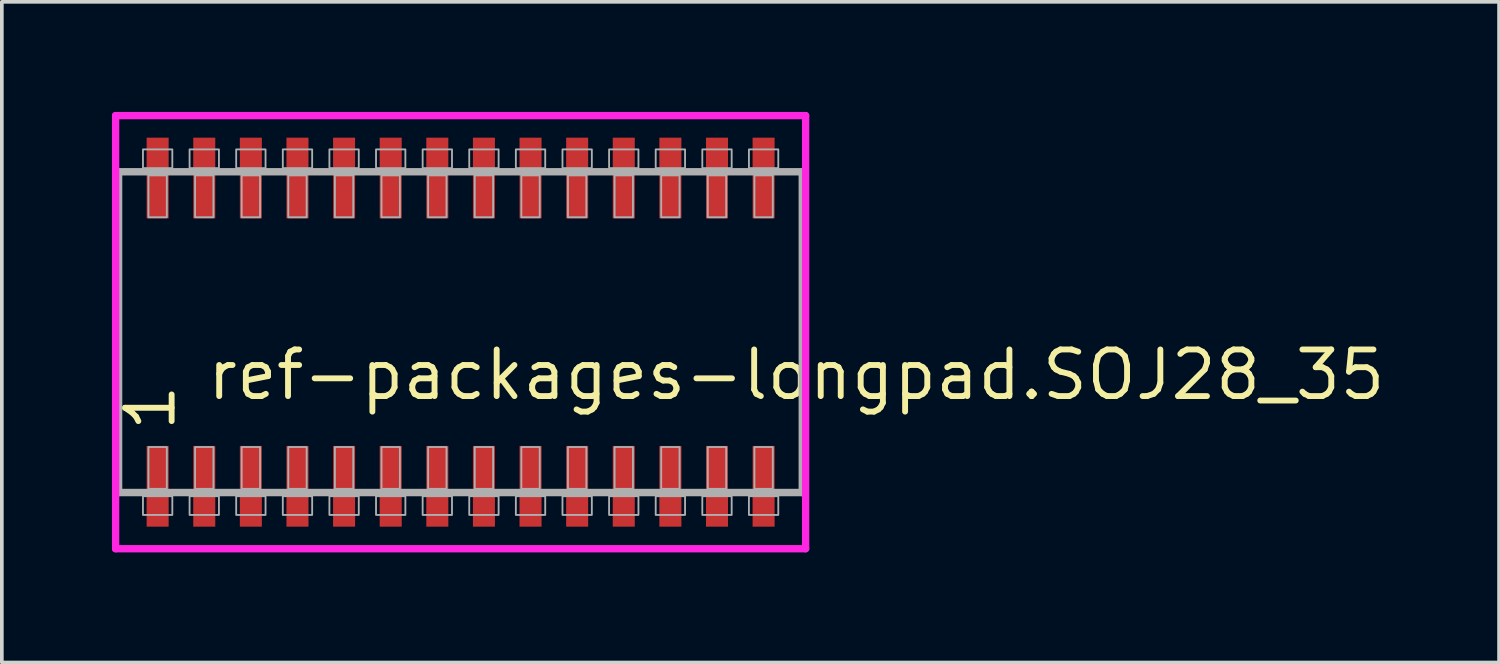
<source format=kicad_pcb>
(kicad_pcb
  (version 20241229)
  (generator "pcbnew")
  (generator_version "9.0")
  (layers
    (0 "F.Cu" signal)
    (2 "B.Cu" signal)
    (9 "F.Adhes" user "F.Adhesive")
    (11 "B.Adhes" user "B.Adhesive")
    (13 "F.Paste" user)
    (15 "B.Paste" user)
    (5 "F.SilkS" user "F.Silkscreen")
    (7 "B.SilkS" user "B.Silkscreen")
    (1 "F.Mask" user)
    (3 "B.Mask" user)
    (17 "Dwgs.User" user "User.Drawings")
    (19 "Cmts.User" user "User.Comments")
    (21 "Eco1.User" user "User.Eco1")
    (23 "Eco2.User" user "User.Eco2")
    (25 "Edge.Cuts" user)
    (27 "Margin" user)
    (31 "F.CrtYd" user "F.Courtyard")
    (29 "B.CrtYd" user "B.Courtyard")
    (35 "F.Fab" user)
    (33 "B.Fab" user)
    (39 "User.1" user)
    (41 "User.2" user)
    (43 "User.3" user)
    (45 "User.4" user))
  (footprint "ref-packages-longpad.SOJ28_35"
    (layer "F.Cu")
    (at 9.5 6)
    (property "Reference" "ref-packages-longpad.SOJ28_35" (at -6.985 1.905 0) (layer "F.SilkS") (effects (font (size 1.27 1.27) (thickness 0.16)) (justify left bottom)))
    (attr smd)
    (fp_line (start -9.4 -5.9) (end 9.4 -5.9) (stroke (width 0.2) (type default)) (layer "F.CrtYd"))
    (fp_line (start -9.4 5.9) (end -9.4 -5.9) (stroke (width 0.2) (type default)) (layer "F.CrtYd"))
    (fp_line (start 9.4 -5.9) (end 9.4 5.9) (stroke (width 0.2) (type default)) (layer "F.CrtYd"))
    (fp_line (start 9.4 5.9) (end -9.4 5.9) (stroke (width 0.2) (type default)) (layer "F.CrtYd"))
    (fp_line (start -9.32 -4.37) (end 9.31 -4.37) (stroke (width 0.203) (type default)) (layer "F.Fab"))
    (fp_line (start -9.32 4.37) (end -9.32 -4.37) (stroke (width 0.203) (type default)) (layer "F.Fab"))
    (fp_line (start 9.31 -4.37) (end 9.31 4.37) (stroke (width 0.203) (type default)) (layer "F.Fab"))
    (fp_line (start 9.31 4.37) (end -9.32 4.37) (stroke (width 0.203) (type default)) (layer "F.Fab"))
    (fp_rect (start -8.655 -4.47) (end -7.855 -4.98) (stroke (width 0.05) (type default)) (fill no) (layer "F.Fab"))
    (fp_rect (start -8.655 4.98) (end -7.855 4.47) (stroke (width 0.05) (type default)) (fill no) (layer "F.Fab"))
    (fp_rect (start -8.505 -3.13) (end -8.005 -4.27) (stroke (width 0.05) (type default)) (fill no) (layer "F.Fab"))
    (fp_rect (start -8.505 4.27) (end -8.005 3.13) (stroke (width 0.05) (type default)) (fill no) (layer "F.Fab"))
    (fp_rect (start -7.385 -4.47) (end -6.585 -4.98) (stroke (width 0.05) (type default)) (fill no) (layer "F.Fab"))
    (fp_rect (start -7.385 4.98) (end -6.585 4.47) (stroke (width 0.05) (type default)) (fill no) (layer "F.Fab"))
    (fp_rect (start -7.235 -3.13) (end -6.735 -4.27) (stroke (width 0.05) (type default)) (fill no) (layer "F.Fab"))
    (fp_rect (start -7.235 4.27) (end -6.735 3.13) (stroke (width 0.05) (type default)) (fill no) (layer "F.Fab"))
    (fp_rect (start -6.115 -4.47) (end -5.315 -4.98) (stroke (width 0.05) (type default)) (fill no) (layer "F.Fab"))
    (fp_rect (start -6.115 4.98) (end -5.315 4.47) (stroke (width 0.05) (type default)) (fill no) (layer "F.Fab"))
    (fp_rect (start -5.965 -3.13) (end -5.465 -4.27) (stroke (width 0.05) (type default)) (fill no) (layer "F.Fab"))
    (fp_rect (start -5.965 4.27) (end -5.465 3.13) (stroke (width 0.05) (type default)) (fill no) (layer "F.Fab"))
    (fp_rect (start -4.845 -4.47) (end -4.045 -4.98) (stroke (width 0.05) (type default)) (fill no) (layer "F.Fab"))
    (fp_rect (start -4.845 4.98) (end -4.045 4.47) (stroke (width 0.05) (type default)) (fill no) (layer "F.Fab"))
    (fp_rect (start -4.695 -3.13) (end -4.195 -4.27) (stroke (width 0.05) (type default)) (fill no) (layer "F.Fab"))
    (fp_rect (start -4.695 4.27) (end -4.195 3.13) (stroke (width 0.05) (type default)) (fill no) (layer "F.Fab"))
    (fp_rect (start -3.575 -4.47) (end -2.775 -4.98) (stroke (width 0.05) (type default)) (fill no) (layer "F.Fab"))
    (fp_rect (start -3.575 4.98) (end -2.775 4.47) (stroke (width 0.05) (type default)) (fill no) (layer "F.Fab"))
    (fp_rect (start -3.425 -3.13) (end -2.925 -4.27) (stroke (width 0.05) (type default)) (fill no) (layer "F.Fab"))
    (fp_rect (start -3.425 4.27) (end -2.925 3.13) (stroke (width 0.05) (type default)) (fill no) (layer "F.Fab"))
    (fp_rect (start -2.305 -4.47) (end -1.505 -4.98) (stroke (width 0.05) (type default)) (fill no) (layer "F.Fab"))
    (fp_rect (start -2.305 4.98) (end -1.505 4.47) (stroke (width 0.05) (type default)) (fill no) (layer "F.Fab"))
    (fp_rect (start -2.155 -3.13) (end -1.655 -4.27) (stroke (width 0.05) (type default)) (fill no) (layer "F.Fab"))
    (fp_rect (start -2.155 4.27) (end -1.655 3.13) (stroke (width 0.05) (type default)) (fill no) (layer "F.Fab"))
    (fp_rect (start -1.035 -4.47) (end -0.235 -4.98) (stroke (width 0.05) (type default)) (fill no) (layer "F.Fab"))
    (fp_rect (start -1.035 4.98) (end -0.235 4.47) (stroke (width 0.05) (type default)) (fill no) (layer "F.Fab"))
    (fp_rect (start -0.885 -3.13) (end -0.385 -4.27) (stroke (width 0.05) (type default)) (fill no) (layer "F.Fab"))
    (fp_rect (start -0.885 4.27) (end -0.385 3.13) (stroke (width 0.05) (type default)) (fill no) (layer "F.Fab"))
    (fp_rect (start 0.235 -4.47) (end 1.035 -4.98) (stroke (width 0.05) (type default)) (fill no) (layer "F.Fab"))
    (fp_rect (start 0.235 4.98) (end 1.035 4.47) (stroke (width 0.05) (type default)) (fill no) (layer "F.Fab"))
    (fp_rect (start 0.385 -3.13) (end 0.885 -4.27) (stroke (width 0.05) (type default)) (fill no) (layer "F.Fab"))
    (fp_rect (start 0.385 4.27) (end 0.885 3.13) (stroke (width 0.05) (type default)) (fill no) (layer "F.Fab"))
    (fp_rect (start 1.505 -4.47) (end 2.305 -4.98) (stroke (width 0.05) (type default)) (fill no) (layer "F.Fab"))
    (fp_rect (start 1.505 4.98) (end 2.305 4.47) (stroke (width 0.05) (type default)) (fill no) (layer "F.Fab"))
    (fp_rect (start 1.655 -3.13) (end 2.155 -4.27) (stroke (width 0.05) (type default)) (fill no) (layer "F.Fab"))
    (fp_rect (start 1.655 4.27) (end 2.155 3.13) (stroke (width 0.05) (type default)) (fill no) (layer "F.Fab"))
    (fp_rect (start 2.775 -4.47) (end 3.575 -4.98) (stroke (width 0.05) (type default)) (fill no) (layer "F.Fab"))
    (fp_rect (start 2.775 4.98) (end 3.575 4.47) (stroke (width 0.05) (type default)) (fill no) (layer "F.Fab"))
    (fp_rect (start 2.925 -3.13) (end 3.425 -4.27) (stroke (width 0.05) (type default)) (fill no) (layer "F.Fab"))
    (fp_rect (start 2.925 4.27) (end 3.425 3.13) (stroke (width 0.05) (type default)) (fill no) (layer "F.Fab"))
    (fp_rect (start 4.045 -4.47) (end 4.845 -4.98) (stroke (width 0.05) (type default)) (fill no) (layer "F.Fab"))
    (fp_rect (start 4.045 4.98) (end 4.845 4.47) (stroke (width 0.05) (type default)) (fill no) (layer "F.Fab"))
    (fp_rect (start 4.195 -3.13) (end 4.695 -4.27) (stroke (width 0.05) (type default)) (fill no) (layer "F.Fab"))
    (fp_rect (start 4.195 4.27) (end 4.695 3.13) (stroke (width 0.05) (type default)) (fill no) (layer "F.Fab"))
    (fp_rect (start 5.315 -4.47) (end 6.115 -4.98) (stroke (width 0.05) (type default)) (fill no) (layer "F.Fab"))
    (fp_rect (start 5.315 4.98) (end 6.115 4.47) (stroke (width 0.05) (type default)) (fill no) (layer "F.Fab"))
    (fp_rect (start 5.465 -3.13) (end 5.965 -4.27) (stroke (width 0.05) (type default)) (fill no) (layer "F.Fab"))
    (fp_rect (start 5.465 4.27) (end 5.965 3.13) (stroke (width 0.05) (type default)) (fill no) (layer "F.Fab"))
    (fp_rect (start 6.585 -4.47) (end 7.385 -4.98) (stroke (width 0.05) (type default)) (fill no) (layer "F.Fab"))
    (fp_rect (start 6.585 4.98) (end 7.385 4.47) (stroke (width 0.05) (type default)) (fill no) (layer "F.Fab"))
    (fp_rect (start 6.735 -3.13) (end 7.235 -4.27) (stroke (width 0.05) (type default)) (fill no) (layer "F.Fab"))
    (fp_rect (start 6.735 4.27) (end 7.235 3.13) (stroke (width 0.05) (type default)) (fill no) (layer "F.Fab"))
    (fp_rect (start 7.855 -4.47) (end 8.655 -4.98) (stroke (width 0.05) (type default)) (fill no) (layer "F.Fab"))
    (fp_rect (start 7.855 4.98) (end 8.655 4.47) (stroke (width 0.05) (type default)) (fill no) (layer "F.Fab"))
    (fp_rect (start 8.005 -3.13) (end 8.505 -4.27) (stroke (width 0.05) (type default)) (fill no) (layer "F.Fab"))
    (fp_rect (start 8.005 4.27) (end 8.505 3.13) (stroke (width 0.05) (type default)) (fill no) (layer "F.Fab"))
    (fp_text user "1" (at -7.71 2.77 90) (layer "F.SilkS") (effects (font (size 1.27 1.27) (thickness 0.16)) (justify left bottom)))
    (pad "1" smd roundrect (at -8.255 4.2) (size 0.6 2.2) (layers "F.Cu" "F.Mask" "F.Paste") (roundrect_rratio 0.01))
    (pad "2" smd roundrect (at -6.985 4.2) (size 0.6 2.2) (layers "F.Cu" "F.Mask" "F.Paste") (roundrect_rratio 0.01))
    (pad "3" smd roundrect (at -5.715 4.2) (size 0.6 2.2) (layers "F.Cu" "F.Mask" "F.Paste") (roundrect_rratio 0.01))
    (pad "4" smd roundrect (at -4.445 4.2) (size 0.6 2.2) (layers "F.Cu" "F.Mask" "F.Paste") (roundrect_rratio 0.01))
    (pad "5" smd roundrect (at -3.175 4.2) (size 0.6 2.2) (layers "F.Cu" "F.Mask" "F.Paste") (roundrect_rratio 0.01))
    (pad "6" smd roundrect (at -1.905 4.2) (size 0.6 2.2) (layers "F.Cu" "F.Mask" "F.Paste") (roundrect_rratio 0.01))
    (pad "7" smd roundrect (at -0.635 4.2) (size 0.6 2.2) (layers "F.Cu" "F.Mask" "F.Paste") (roundrect_rratio 0.01))
    (pad "8" smd roundrect (at 0.635 4.2) (size 0.6 2.2) (layers "F.Cu" "F.Mask" "F.Paste") (roundrect_rratio 0.01))
    (pad "9" smd roundrect (at 1.905 4.2) (size 0.6 2.2) (layers "F.Cu" "F.Mask" "F.Paste") (roundrect_rratio 0.01))
    (pad "10" smd roundrect (at 3.175 4.2) (size 0.6 2.2) (layers "F.Cu" "F.Mask" "F.Paste") (roundrect_rratio 0.01))
    (pad "11" smd roundrect (at 4.445 4.2) (size 0.6 2.2) (layers "F.Cu" "F.Mask" "F.Paste") (roundrect_rratio 0.01))
    (pad "12" smd roundrect (at 5.715 4.2) (size 0.6 2.2) (layers "F.Cu" "F.Mask" "F.Paste") (roundrect_rratio 0.01))
    (pad "13" smd roundrect (at 6.985 4.2) (size 0.6 2.2) (layers "F.Cu" "F.Mask" "F.Paste") (roundrect_rratio 0.01))
    (pad "14" smd roundrect (at 8.255 4.2) (size 0.6 2.2) (layers "F.Cu" "F.Mask" "F.Paste") (roundrect_rratio 0.01))
    (pad "15" smd roundrect (at 8.255 -4.2) (size 0.6 2.2) (layers "F.Cu" "F.Mask" "F.Paste") (roundrect_rratio 0.01))
    (pad "16" smd roundrect (at 6.985 -4.2) (size 0.6 2.2) (layers "F.Cu" "F.Mask" "F.Paste") (roundrect_rratio 0.01))
    (pad "17" smd roundrect (at 5.715 -4.2) (size 0.6 2.2) (layers "F.Cu" "F.Mask" "F.Paste") (roundrect_rratio 0.01))
    (pad "18" smd roundrect (at 4.445 -4.2) (size 0.6 2.2) (layers "F.Cu" "F.Mask" "F.Paste") (roundrect_rratio 0.01))
    (pad "19" smd roundrect (at 3.175 -4.2) (size 0.6 2.2) (layers "F.Cu" "F.Mask" "F.Paste") (roundrect_rratio 0.01))
    (pad "20" smd roundrect (at 1.905 -4.2) (size 0.6 2.2) (layers "F.Cu" "F.Mask" "F.Paste") (roundrect_rratio 0.01))
    (pad "21" smd roundrect (at 0.635 -4.2) (size 0.6 2.2) (layers "F.Cu" "F.Mask" "F.Paste") (roundrect_rratio 0.01))
    (pad "22" smd roundrect (at -0.635 -4.2) (size 0.6 2.2) (layers "F.Cu" "F.Mask" "F.Paste") (roundrect_rratio 0.01))
    (pad "23" smd roundrect (at -1.905 -4.2) (size 0.6 2.2) (layers "F.Cu" "F.Mask" "F.Paste") (roundrect_rratio 0.01))
    (pad "24" smd roundrect (at -3.175 -4.2) (size 0.6 2.2) (layers "F.Cu" "F.Mask" "F.Paste") (roundrect_rratio 0.01))
    (pad "25" smd roundrect (at -4.445 -4.2) (size 0.6 2.2) (layers "F.Cu" "F.Mask" "F.Paste") (roundrect_rratio 0.01))
    (pad "26" smd roundrect (at -5.715 -4.2) (size 0.6 2.2) (layers "F.Cu" "F.Mask" "F.Paste") (roundrect_rratio 0.01))
    (pad "27" smd roundrect (at -6.985 -4.2) (size 0.6 2.2) (layers "F.Cu" "F.Mask" "F.Paste") (roundrect_rratio 0.01))
    (pad "28" smd roundrect (at -8.255 -4.2) (size 0.6 2.2) (layers "F.Cu" "F.Mask" "F.Paste") (roundrect_rratio 0.01)))
  (gr_rect
    (start -3 -3)
    (end 37.793 15)
    (stroke (width 0.1) (type default))
    (fill no)
    (layer "Edge.Cuts")))
</source>
